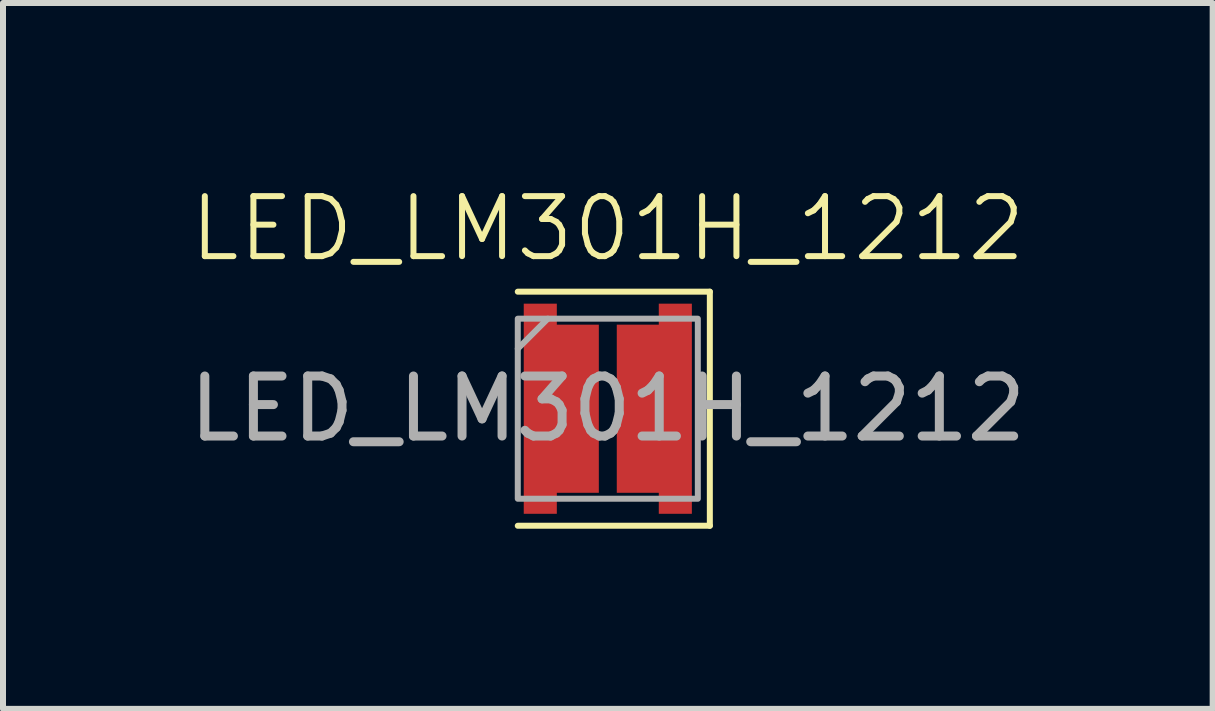
<source format=kicad_pcb>
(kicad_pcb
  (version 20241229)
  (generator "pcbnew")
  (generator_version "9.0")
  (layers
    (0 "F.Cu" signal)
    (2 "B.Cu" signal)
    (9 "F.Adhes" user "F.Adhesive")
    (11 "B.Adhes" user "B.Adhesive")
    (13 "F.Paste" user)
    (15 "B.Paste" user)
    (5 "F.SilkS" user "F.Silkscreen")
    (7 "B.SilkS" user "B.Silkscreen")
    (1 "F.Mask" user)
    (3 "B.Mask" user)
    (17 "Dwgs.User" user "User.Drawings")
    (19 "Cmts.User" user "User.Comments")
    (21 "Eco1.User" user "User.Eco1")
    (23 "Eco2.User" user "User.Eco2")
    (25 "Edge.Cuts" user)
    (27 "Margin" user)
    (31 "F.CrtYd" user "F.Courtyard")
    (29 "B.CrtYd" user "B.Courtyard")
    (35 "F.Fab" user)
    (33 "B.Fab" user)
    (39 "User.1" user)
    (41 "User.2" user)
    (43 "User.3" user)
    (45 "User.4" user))
  (footprint "LED_LM301H_1212"
    (layer "F.Cu")
    (at 7.077 3.76)
    (property "Reference" "LED_LM301H_1212" (at 0 -3 0) (unlocked yes) (layer "F.SilkS") (effects (font (size 1 1) (thickness 0.1))))
    (attr smd)
    (fp_line (start -1.5 -1.95) (end 1.7 -1.95) (stroke (width 0.1) (type solid)) (layer "F.SilkS"))
    (fp_line (start 1.7 -1.95) (end 1.7 1.95) (stroke (width 0.1) (type solid)) (layer "F.SilkS"))
    (fp_line (start 1.7 1.95) (end -1.5 1.95) (stroke (width 0.1) (type solid)) (layer "F.SilkS"))
    (fp_line (start -1 -1.5) (end -1.5 -1) (stroke (width 0.1) (type solid)) (layer "F.Fab"))
    (fp_rect (start -1.5 -1.5) (end 1.5 1.5) (stroke (width 0.1) (type solid)) (fill no) (layer "F.Fab"))
    (fp_text user "${REFERENCE}" (at 0 0 0) (unlocked yes) (layer "F.Fab") (effects (font (size 1 1) (thickness 0.15))))
    (pad "1" smd custom (at -0.775 0 90) (size 1 1) (layers "F.Cu" "F.Mask" "F.Paste") (options (anchor circle)) (primitives (gr_rect (start -1.75 -0.625) (end 1.75 -0.075) (width 0.001) (fill yes)) (gr_rect (start -1.4 -0.075) (end 1.4 0.625) (width 0.001) (fill yes))))
    (pad "2" smd custom (at 0.775 0 270) (size 1 1) (layers "F.Cu" "F.Mask" "F.Paste") (options (anchor circle)) (primitives (gr_rect (start -1.75 -0.625) (end 1.75 -0.075) (width 0.001) (fill yes)) (gr_rect (start -1.4 -0.075) (end 1.4 0.625) (width 0.001) (fill yes)))))
  (gr_rect
    (start -3 -3)
    (end 17.155 8.761)
    (stroke (width 0.1) (type default))
    (fill no)
    (layer "Edge.Cuts")))
</source>
